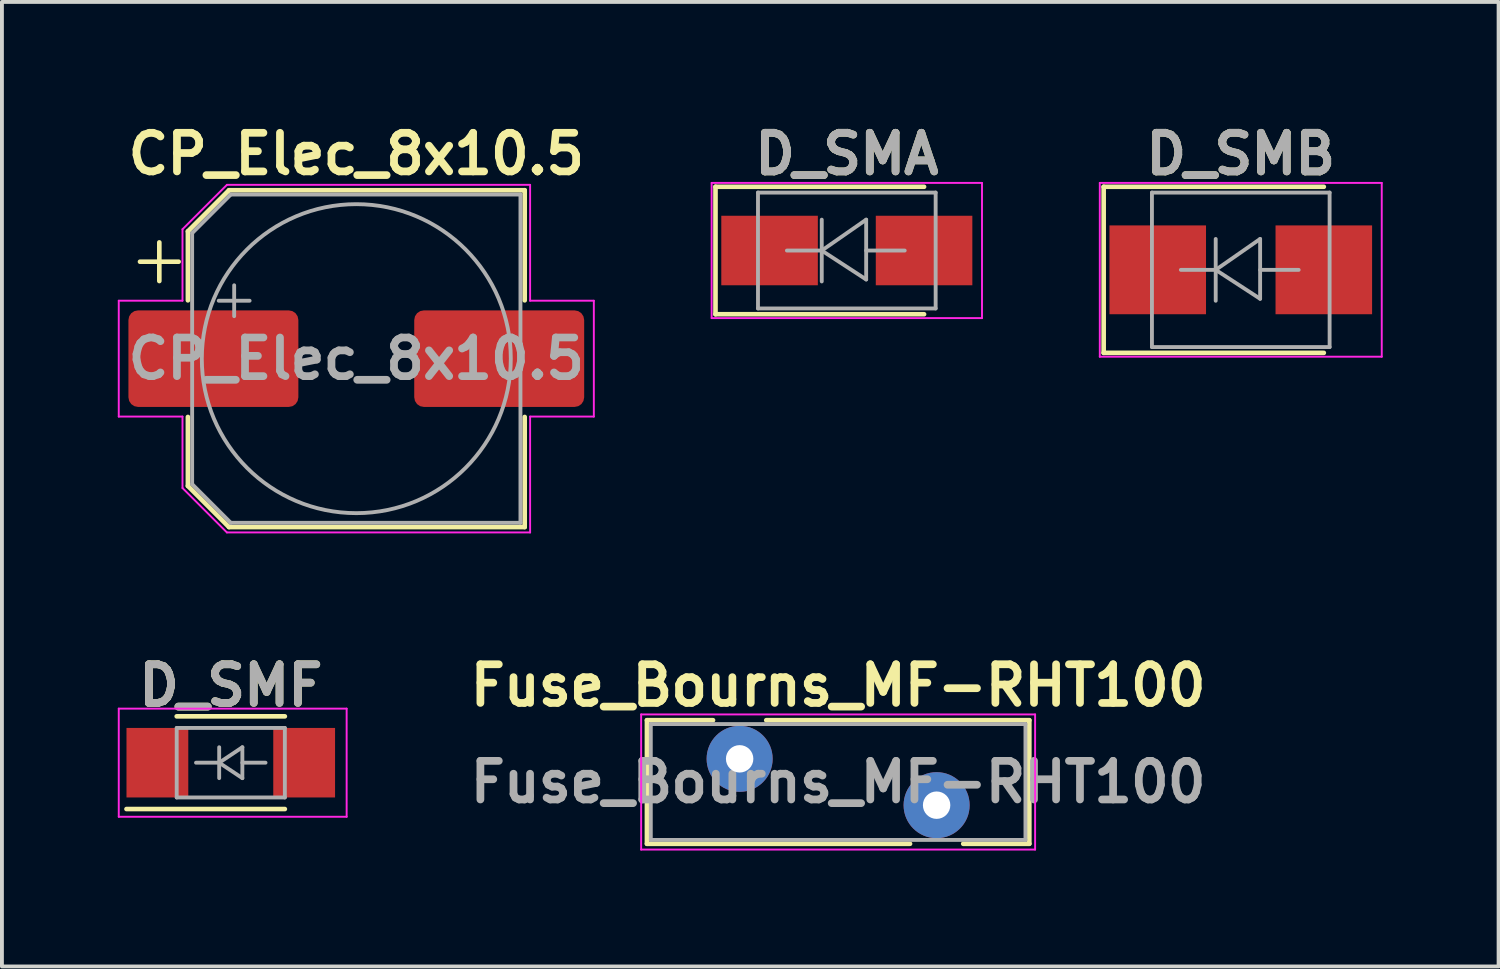
<source format=kicad_pcb>
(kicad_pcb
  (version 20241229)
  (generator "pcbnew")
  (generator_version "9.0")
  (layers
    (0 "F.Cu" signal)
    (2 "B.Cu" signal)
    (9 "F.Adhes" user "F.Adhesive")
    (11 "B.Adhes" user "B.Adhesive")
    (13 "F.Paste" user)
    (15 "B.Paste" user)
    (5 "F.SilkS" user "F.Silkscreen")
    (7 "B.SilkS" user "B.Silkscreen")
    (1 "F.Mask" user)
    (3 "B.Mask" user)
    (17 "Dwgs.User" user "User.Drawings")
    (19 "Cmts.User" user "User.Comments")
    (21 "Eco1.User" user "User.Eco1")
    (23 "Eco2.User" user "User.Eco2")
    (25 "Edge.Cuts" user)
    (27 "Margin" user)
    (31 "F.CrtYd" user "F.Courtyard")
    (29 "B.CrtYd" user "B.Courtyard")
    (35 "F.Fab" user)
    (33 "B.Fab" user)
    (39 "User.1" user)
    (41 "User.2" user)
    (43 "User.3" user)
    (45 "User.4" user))
  (footprint "D_SMB"
    (layer "F.Cu")
    (at 29.075 3.936)
    (property "Reference" "D_SMB" (at 0 -3 0) (layer "F.SilkS") (effects (font (size 1 1) (thickness 0.2))))
    (attr smd)
    (fp_line (start -3.55 -2.15) (end -3.55 2.15) (stroke (width 0.12) (type solid)) (layer "F.SilkS"))
    (fp_line (start -3.55 -2.15) (end 2.15 -2.15) (stroke (width 0.12) (type solid)) (layer "F.SilkS"))
    (fp_line (start -3.55 2.15) (end 2.15 2.15) (stroke (width 0.12) (type solid)) (layer "F.SilkS"))
    (fp_line (start -3.65 -2.25) (end 3.65 -2.25) (stroke (width 0.05) (type solid)) (layer "F.CrtYd"))
    (fp_line (start -3.65 2.25) (end -3.65 -2.25) (stroke (width 0.05) (type solid)) (layer "F.CrtYd"))
    (fp_line (start 3.65 -2.25) (end 3.65 2.25) (stroke (width 0.05) (type solid)) (layer "F.CrtYd"))
    (fp_line (start 3.65 2.25) (end -3.65 2.25) (stroke (width 0.05) (type solid)) (layer "F.CrtYd"))
    (fp_line (start -2.3 2) (end -2.3 -2) (stroke (width 0.1) (type solid)) (layer "F.Fab"))
    (fp_line (start -0.649 -0.799) (end -0.649 0.801) (stroke (width 0.1) (type solid)) (layer "F.Fab"))
    (fp_line (start -0.649 0.001) (end -1.551 0.001) (stroke (width 0.1) (type solid)) (layer "F.Fab"))
    (fp_line (start -0.649 0.001) (end 0.501 -0.799) (stroke (width 0.1) (type solid)) (layer "F.Fab"))
    (fp_line (start -0.649 0.001) (end 0.501 0.75) (stroke (width 0.1) (type solid)) (layer "F.Fab"))
    (fp_line (start 0.501 0.001) (end 1.499 0.001) (stroke (width 0.1) (type solid)) (layer "F.Fab"))
    (fp_line (start 0.501 0.75) (end 0.501 -0.799) (stroke (width 0.1) (type solid)) (layer "F.Fab"))
    (fp_line (start 2.3 -2) (end -2.3 -2) (stroke (width 0.1) (type solid)) (layer "F.Fab"))
    (fp_line (start 2.3 -2) (end 2.3 2) (stroke (width 0.1) (type solid)) (layer "F.Fab"))
    (fp_line (start 2.3 2) (end -2.3 2) (stroke (width 0.1) (type solid)) (layer "F.Fab"))
    (fp_text user "${REFERENCE}" (at 0 -3 0) (layer "F.Fab") (effects (font (size 1 1) (thickness 0.2))))
    (pad "1" smd rect (at -2.15 0) (size 2.5 2.3) (layers "F.Cu" "F.Mask" "F.Paste"))
    (pad "2" smd rect (at 2.15 0) (size 2.5 2.3) (layers "F.Cu" "F.Mask" "F.Paste")))
  (footprint "D_SMA"
    (layer "F.Cu")
    (at 18.875 3.436)
    (property "Reference" "D_SMA" (at 0 -2.5 0) (layer "F.SilkS") (effects (font (size 1 1) (thickness 0.2))))
    (attr smd)
    (fp_line (start -3.4 -1.65) (end -3.4 1.65) (stroke (width 0.12) (type solid)) (layer "F.SilkS"))
    (fp_line (start -3.4 -1.65) (end 2 -1.65) (stroke (width 0.12) (type solid)) (layer "F.SilkS"))
    (fp_line (start -3.4 1.65) (end 2 1.65) (stroke (width 0.12) (type solid)) (layer "F.SilkS"))
    (fp_line (start -3.5 -1.75) (end 3.5 -1.75) (stroke (width 0.05) (type solid)) (layer "F.CrtYd"))
    (fp_line (start -3.5 1.75) (end -3.5 -1.75) (stroke (width 0.05) (type solid)) (layer "F.CrtYd"))
    (fp_line (start 3.5 -1.75) (end 3.5 1.75) (stroke (width 0.05) (type solid)) (layer "F.CrtYd"))
    (fp_line (start 3.5 1.75) (end -3.5 1.75) (stroke (width 0.05) (type solid)) (layer "F.CrtYd"))
    (fp_line (start -2.3 1.5) (end -2.3 -1.5) (stroke (width 0.1) (type solid)) (layer "F.Fab"))
    (fp_line (start -0.649 -0.799) (end -0.649 0.801) (stroke (width 0.1) (type solid)) (layer "F.Fab"))
    (fp_line (start -0.649 0.001) (end -1.551 0.001) (stroke (width 0.1) (type solid)) (layer "F.Fab"))
    (fp_line (start -0.649 0.001) (end 0.501 -0.799) (stroke (width 0.1) (type solid)) (layer "F.Fab"))
    (fp_line (start -0.649 0.001) (end 0.501 0.75) (stroke (width 0.1) (type solid)) (layer "F.Fab"))
    (fp_line (start 0.501 0.001) (end 1.499 0.001) (stroke (width 0.1) (type solid)) (layer "F.Fab"))
    (fp_line (start 0.501 0.75) (end 0.501 -0.799) (stroke (width 0.1) (type solid)) (layer "F.Fab"))
    (fp_line (start 2.3 -1.5) (end -2.3 -1.5) (stroke (width 0.1) (type solid)) (layer "F.Fab"))
    (fp_line (start 2.3 -1.5) (end 2.3 1.5) (stroke (width 0.1) (type solid)) (layer "F.Fab"))
    (fp_line (start 2.3 1.5) (end -2.3 1.5) (stroke (width 0.1) (type solid)) (layer "F.Fab"))
    (fp_text user "${REFERENCE}" (at 0 -2.5 0) (layer "F.Fab") (effects (font (size 1 1) (thickness 0.2))))
    (pad "1" smd rect (at -2 0) (size 2.5 1.8) (layers "F.Cu" "F.Mask" "F.Paste"))
    (pad "2" smd rect (at 2 0) (size 2.5 1.8) (layers "F.Cu" "F.Mask" "F.Paste")))
  (footprint "CP_Elec_8x10.5"
    (layer "F.Cu")
    (at 6.175 6.236)
    (property "Reference" "CP_Elec_8x10.5" (at 0 -5.3 0) (layer "F.SilkS") (effects (font (size 1 1) (thickness 0.2))))
    (attr smd)
    (fp_line (start -5.6 -2.51) (end -4.6 -2.51) (stroke (width 0.12) (type solid)) (layer "F.SilkS"))
    (fp_line (start -5.1 -3.01) (end -5.1 -2.01) (stroke (width 0.12) (type solid)) (layer "F.SilkS"))
    (fp_line (start -4.36 -3.296) (end -4.36 -1.51) (stroke (width 0.12) (type solid)) (layer "F.SilkS"))
    (fp_line (start -4.36 -3.296) (end -3.296 -4.36) (stroke (width 0.12) (type solid)) (layer "F.SilkS"))
    (fp_line (start -4.36 3.296) (end -4.36 1.51) (stroke (width 0.12) (type solid)) (layer "F.SilkS"))
    (fp_line (start -4.36 3.296) (end -3.296 4.36) (stroke (width 0.12) (type solid)) (layer "F.SilkS"))
    (fp_line (start -3.296 -4.36) (end 4.36 -4.36) (stroke (width 0.12) (type solid)) (layer "F.SilkS"))
    (fp_line (start -3.296 4.36) (end 4.36 4.36) (stroke (width 0.12) (type solid)) (layer "F.SilkS"))
    (fp_line (start 4.36 -4.36) (end 4.36 -1.51) (stroke (width 0.12) (type solid)) (layer "F.SilkS"))
    (fp_line (start 4.36 4.36) (end 4.36 1.51) (stroke (width 0.12) (type solid)) (layer "F.SilkS"))
    (fp_line (start -6.15 -1.5) (end -6.15 1.5) (stroke (width 0.05) (type solid)) (layer "F.CrtYd"))
    (fp_line (start -6.15 1.5) (end -4.5 1.5) (stroke (width 0.05) (type solid)) (layer "F.CrtYd"))
    (fp_line (start -4.5 -3.35) (end -4.5 -1.5) (stroke (width 0.05) (type solid)) (layer "F.CrtYd"))
    (fp_line (start -4.5 -3.35) (end -3.35 -4.5) (stroke (width 0.05) (type solid)) (layer "F.CrtYd"))
    (fp_line (start -4.5 -1.5) (end -6.15 -1.5) (stroke (width 0.05) (type solid)) (layer "F.CrtYd"))
    (fp_line (start -4.5 1.5) (end -4.5 3.35) (stroke (width 0.05) (type solid)) (layer "F.CrtYd"))
    (fp_line (start -4.5 3.35) (end -3.35 4.5) (stroke (width 0.05) (type solid)) (layer "F.CrtYd"))
    (fp_line (start -3.35 -4.5) (end 4.5 -4.5) (stroke (width 0.05) (type solid)) (layer "F.CrtYd"))
    (fp_line (start -3.35 4.5) (end 4.5 4.5) (stroke (width 0.05) (type solid)) (layer "F.CrtYd"))
    (fp_line (start 4.5 -4.5) (end 4.5 -1.5) (stroke (width 0.05) (type solid)) (layer "F.CrtYd"))
    (fp_line (start 4.5 -1.5) (end 6.15 -1.5) (stroke (width 0.05) (type solid)) (layer "F.CrtYd"))
    (fp_line (start 4.5 1.5) (end 4.5 4.5) (stroke (width 0.05) (type solid)) (layer "F.CrtYd"))
    (fp_line (start 6.15 -1.5) (end 6.15 1.5) (stroke (width 0.05) (type solid)) (layer "F.CrtYd"))
    (fp_line (start 6.15 1.5) (end 4.5 1.5) (stroke (width 0.05) (type solid)) (layer "F.CrtYd"))
    (fp_line (start -4.25 -3.25) (end -4.25 3.25) (stroke (width 0.1) (type solid)) (layer "F.Fab"))
    (fp_line (start -4.25 -3.25) (end -3.25 -4.25) (stroke (width 0.1) (type solid)) (layer "F.Fab"))
    (fp_line (start -4.25 3.25) (end -3.25 4.25) (stroke (width 0.1) (type solid)) (layer "F.Fab"))
    (fp_line (start -3.562 -1.5) (end -2.762 -1.5) (stroke (width 0.1) (type solid)) (layer "F.Fab"))
    (fp_line (start -3.25 -4.25) (end 4.25 -4.25) (stroke (width 0.1) (type solid)) (layer "F.Fab"))
    (fp_line (start -3.25 4.25) (end 4.25 4.25) (stroke (width 0.1) (type solid)) (layer "F.Fab"))
    (fp_line (start -3.162 -1.9) (end -3.162 -1.1) (stroke (width 0.1) (type solid)) (layer "F.Fab"))
    (fp_line (start 4.25 -4.25) (end 4.25 4.25) (stroke (width 0.1) (type solid)) (layer "F.Fab"))
    (fp_circle (center 0 0) (end 4 0) (stroke (width 0.1) (type solid)) (fill no) (layer "F.Fab"))
    (fp_text user "${REFERENCE}" (at 0 0 0) (layer "F.Fab") (effects (font (size 1 1) (thickness 0.2))))
    (pad "1" smd roundrect (at -3.7 0) (size 4.4 2.5) (layers "F.Cu" "F.Mask" "F.Paste") (roundrect_rratio 0.1))
    (pad "2" smd roundrect (at 3.7 0) (size 4.4 2.5) (layers "F.Cu" "F.Mask" "F.Paste") (roundrect_rratio 0.1)))
  (footprint "D_SMF"
    (layer "F.Cu")
    (at 2.925 16.697)
    (property "Reference" "D_SMF" (at 0 -2 0) (layer "F.SilkS") (effects (font (size 1 1) (thickness 0.2))))
    (attr smd)
    (fp_line (start -2.7 1.2) (end 1.4 1.2) (stroke (width 0.12) (type solid)) (layer "F.SilkS"))
    (fp_line (start -1.4 -1.2) (end 1.4 -1.2) (stroke (width 0.12) (type solid)) (layer "F.SilkS"))
    (fp_line (start -2.9 -1.4) (end 3 -1.4) (stroke (width 0.05) (type solid)) (layer "F.CrtYd"))
    (fp_line (start -2.9 1.4) (end -2.9 -1.4) (stroke (width 0.05) (type solid)) (layer "F.CrtYd"))
    (fp_line (start 3 -1.4) (end 3 1.4) (stroke (width 0.05) (type solid)) (layer "F.CrtYd"))
    (fp_line (start 3 1.4) (end -2.9 1.4) (stroke (width 0.05) (type solid)) (layer "F.CrtYd"))
    (fp_line (start -1.4 0.9) (end -1.4 -0.9) (stroke (width 0.1) (type solid)) (layer "F.Fab"))
    (fp_line (start -0.3 -0.4) (end -0.3 0.4) (stroke (width 0.1) (type solid)) (layer "F.Fab"))
    (fp_line (start -0.3 0) (end -0.9 0) (stroke (width 0.1) (type solid)) (layer "F.Fab"))
    (fp_line (start -0.3 0) (end 0.3 -0.4) (stroke (width 0.1) (type solid)) (layer "F.Fab"))
    (fp_line (start -0.3 0.001) (end 0.3 0.4) (stroke (width 0.1) (type solid)) (layer "F.Fab"))
    (fp_line (start 0.3 0) (end 0.9 0) (stroke (width 0.1) (type solid)) (layer "F.Fab"))
    (fp_line (start 0.3 0.4) (end 0.3 -0.4) (stroke (width 0.1) (type solid)) (layer "F.Fab"))
    (fp_line (start 1.4 -0.9) (end -1.4 -0.9) (stroke (width 0.1) (type solid)) (layer "F.Fab"))
    (fp_line (start 1.4 -0.9) (end 1.4 0.9) (stroke (width 0.1) (type solid)) (layer "F.Fab"))
    (fp_line (start 1.4 0.9) (end -1.4 0.9) (stroke (width 0.1) (type solid)) (layer "F.Fab"))
    (fp_text user "${REFERENCE}" (at 0 -2 0) (layer "F.Fab") (effects (font (size 1 1) (thickness 0.2))))
    (pad "1" smd rect (at -1.9 0) (size 1.6 1.8) (layers "F.Cu" "F.Mask" "F.Paste"))
    (pad "2" smd rect (at 1.9 0) (size 1.6 1.8) (layers "F.Cu" "F.Mask" "F.Paste")))
  (footprint "Fuse_Bourns_MF-RHT100"
    (layer "F.Cu")
    (at 16.1 16.597)
    (property "Reference" "Fuse_Bourns_MF-RHT100" (at 2.55 -1.9 0) (layer "F.SilkS") (effects (font (size 1 1) (thickness 0.2))))
    (attr through_hole)
    (fp_line (start -2.4 -1) (end -2.4 2.2) (stroke (width 0.12) (type solid)) (layer "F.SilkS"))
    (fp_line (start -2.4 -1) (end -0.689 -1) (stroke (width 0.12) (type solid)) (layer "F.SilkS"))
    (fp_line (start -2.4 2.2) (end 4.412 2.2) (stroke (width 0.12) (type solid)) (layer "F.SilkS"))
    (fp_line (start 0.689 -1) (end 7.5 -1) (stroke (width 0.12) (type solid)) (layer "F.SilkS"))
    (fp_line (start 5.789 2.2) (end 7.5 2.2) (stroke (width 0.12) (type solid)) (layer "F.SilkS"))
    (fp_line (start 7.5 -1) (end 7.5 2.2) (stroke (width 0.12) (type solid)) (layer "F.SilkS"))
    (fp_line (start -2.55 -1.15) (end -2.55 2.35) (stroke (width 0.05) (type solid)) (layer "F.CrtYd"))
    (fp_line (start -2.55 2.35) (end 7.65 2.35) (stroke (width 0.05) (type solid)) (layer "F.CrtYd"))
    (fp_line (start 7.65 -1.15) (end -2.55 -1.15) (stroke (width 0.05) (type solid)) (layer "F.CrtYd"))
    (fp_line (start 7.65 2.35) (end 7.65 -1.15) (stroke (width 0.05) (type solid)) (layer "F.CrtYd"))
    (fp_line (start -2.3 -0.9) (end -2.3 2.1) (stroke (width 0.1) (type solid)) (layer "F.Fab"))
    (fp_line (start -2.3 2.1) (end 7.4 2.1) (stroke (width 0.1) (type solid)) (layer "F.Fab"))
    (fp_line (start 7.4 -0.9) (end -2.3 -0.9) (stroke (width 0.1) (type solid)) (layer "F.Fab"))
    (fp_line (start 7.4 2.1) (end 7.4 -0.9) (stroke (width 0.1) (type solid)) (layer "F.Fab"))
    (fp_text user "${REFERENCE}" (at 2.55 0.6 0) (layer "F.Fab") (effects (font (size 1 1) (thickness 0.2))))
    (pad "1" thru_hole circle (at 0 0) (size 1.71 1.71) (drill 0.71) (layers "*.Cu" "*.Mask"))
    (pad "2" thru_hole circle (at 5.1 1.2) (size 1.71 1.71) (drill 0.71) (layers "*.Cu" "*.Mask")))
  (gr_rect
    (start -3 -3)
    (end 35.75 21.972)
    (stroke (width 0.1) (type default))
    (fill no)
    (layer "Edge.Cuts")))
</source>
